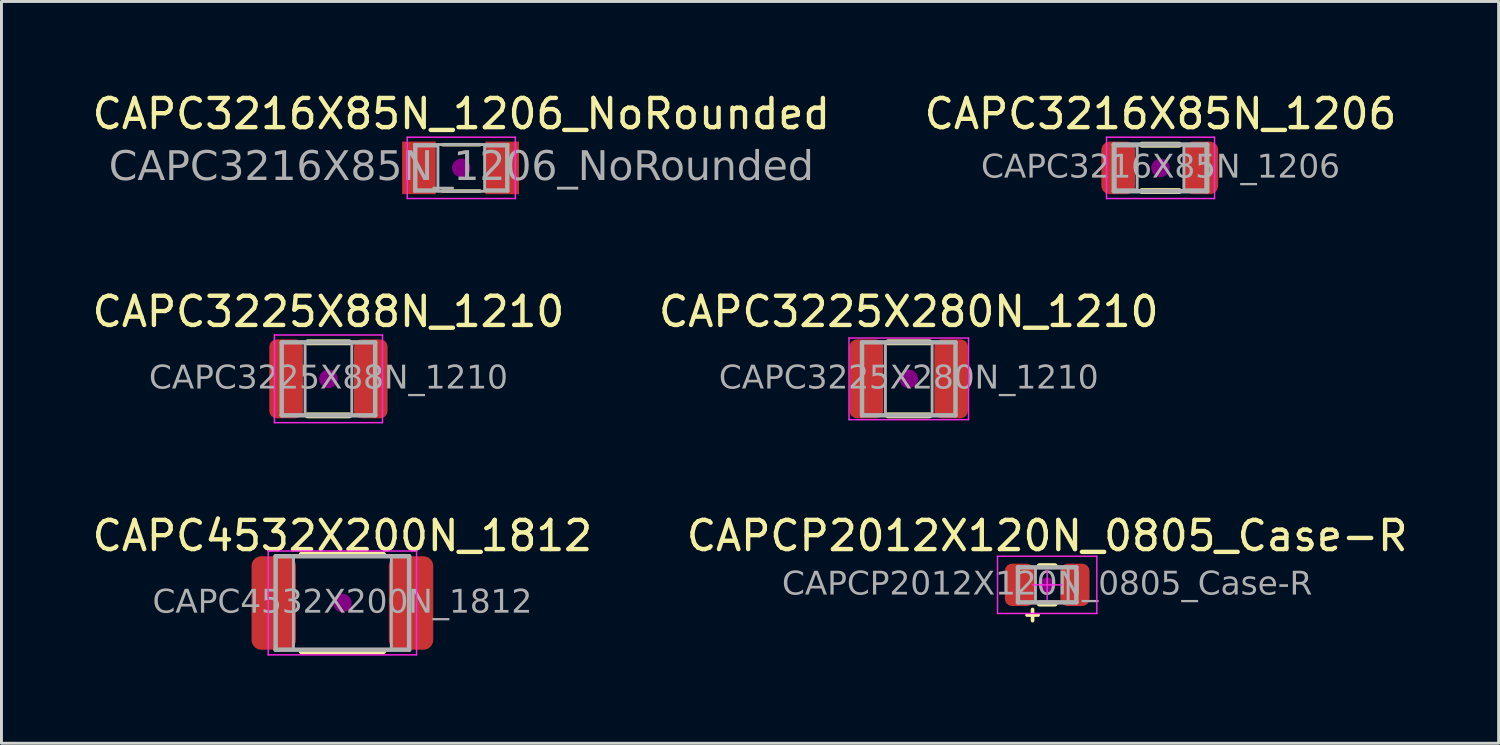
<source format=kicad_pcb>
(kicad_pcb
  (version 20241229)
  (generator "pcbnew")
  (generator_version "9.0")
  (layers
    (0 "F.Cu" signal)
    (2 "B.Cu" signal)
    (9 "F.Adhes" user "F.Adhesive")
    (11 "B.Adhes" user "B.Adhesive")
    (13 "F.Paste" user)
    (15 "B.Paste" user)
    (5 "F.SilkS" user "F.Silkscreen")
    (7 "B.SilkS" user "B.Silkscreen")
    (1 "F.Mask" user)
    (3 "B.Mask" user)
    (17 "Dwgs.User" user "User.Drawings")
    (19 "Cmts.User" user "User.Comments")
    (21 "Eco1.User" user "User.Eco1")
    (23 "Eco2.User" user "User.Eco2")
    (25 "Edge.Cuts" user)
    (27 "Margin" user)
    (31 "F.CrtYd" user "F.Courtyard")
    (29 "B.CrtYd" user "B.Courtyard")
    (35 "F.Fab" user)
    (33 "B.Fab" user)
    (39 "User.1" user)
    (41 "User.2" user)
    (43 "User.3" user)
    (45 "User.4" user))
  (footprint "CAPC3225X280N_1210"
    (layer "F.Cu")
    (at 28.065 9.921)
    (property "Reference" "CAPC3225X280N_1210" (at 0 -2.3 0) (layer "F.SilkS") (effects (font (size 1 1) (thickness 0.15))))
    (attr smd)
    (fp_line (start -0.711 -1.25) (end 0.711 -1.25) (stroke (width 0.203) (type solid)) (layer "F.SilkS"))
    (fp_line (start -0.711 1.25) (end 0.711 1.25) (stroke (width 0.203) (type solid)) (layer "F.SilkS"))
    (fp_circle (center 0 0) (end 0.318 0) (stroke (width 0) (type solid)) (fill yes) (layer "F.Adhes"))
    (fp_line (start -2.046 -1.397) (end 2.046 -1.397) (stroke (width 0.05) (type solid)) (layer "F.CrtYd"))
    (fp_line (start -2.046 1.397) (end -2.046 -1.397) (stroke (width 0.05) (type solid)) (layer "F.CrtYd"))
    (fp_line (start 2.046 -1.397) (end 2.046 1.397) (stroke (width 0.05) (type solid)) (layer "F.CrtYd"))
    (fp_line (start 2.046 1.397) (end -2.046 1.397) (stroke (width 0.05) (type solid)) (layer "F.CrtYd"))
    (fp_line (start -1.6 -1.25) (end 1.6 -1.25) (stroke (width 0.152) (type solid)) (layer "F.Fab"))
    (fp_line (start -1.6 1.25) (end -1.6 -1.25) (stroke (width 0.152) (type solid)) (layer "F.Fab"))
    (fp_line (start 1.6 -1.25) (end 1.6 1.25) (stroke (width 0.152) (type solid)) (layer "F.Fab"))
    (fp_line (start 1.6 1.25) (end -1.6 1.25) (stroke (width 0.152) (type solid)) (layer "F.Fab"))
    (fp_rect (start -1.6 -1.25) (end -0.8 1.25) (stroke (width 0.1) (type solid)) (fill no) (layer "F.Fab"))
    (fp_rect (start 0.8 -1.25) (end 1.6 1.25) (stroke (width 0.1) (type solid)) (fill no) (layer "F.Fab"))
    (fp_text user "${REFERENCE}" (at 0 0 0) (layer "F.Fab") (effects (font (face "Tahoma") (size 0.8 0.8) (thickness 0.12))))
    (pad "1" smd roundrect (at -1.45 0) (size 1.15 2.7) (layers "F.Cu" "F.Mask" "F.Paste") (roundrect_rratio 0.217))
    (pad "2" smd roundrect (at 1.45 0) (size 1.15 2.7) (layers "F.Cu" "F.Mask" "F.Paste") (roundrect_rratio 0.217)))
  (footprint "CAPCP2012X120N_0805_Case-R"
    (layer "F.Cu")
    (at 32.804 16.975)
    (property "Reference" "CAPCP2012X120N_0805_Case-R" (at 0 -1.68 0) (layer "F.SilkS") (effects (font (size 1 1) (thickness 0.15))))
    (attr smd)
    (fp_line (start -0.261 -0.64) (end 0.261 -0.64) (stroke (width 0.203) (type solid)) (layer "F.SilkS"))
    (fp_line (start -0.261 0.64) (end 0.261 0.64) (stroke (width 0.203) (type solid)) (layer "F.SilkS"))
    (fp_circle (center 0 0) (end 0.25 0) (stroke (width 0) (type solid)) (fill yes) (layer "F.Adhes"))
    (fp_line (start -1.7 -0.98) (end 1.7 -0.98) (stroke (width 0.05) (type solid)) (layer "F.CrtYd"))
    (fp_line (start -1.7 0.98) (end -1.7 -0.98) (stroke (width 0.05) (type solid)) (layer "F.CrtYd"))
    (fp_line (start -0.5 0) (end 0.5 0) (stroke (width 0.05) (type default)) (layer "F.CrtYd"))
    (fp_line (start 0 0.5) (end 0 -0.5) (stroke (width 0.05) (type default)) (layer "F.CrtYd"))
    (fp_line (start 1.7 -0.98) (end 1.7 0.98) (stroke (width 0.05) (type solid)) (layer "F.CrtYd"))
    (fp_line (start 1.7 0.98) (end -1.7 0.98) (stroke (width 0.05) (type solid)) (layer "F.CrtYd"))
    (fp_line (start -1 -0.6) (end 1 -0.6) (stroke (width 0.152) (type solid)) (layer "F.Fab"))
    (fp_line (start -1 0.6) (end -1 -0.6) (stroke (width 0.152) (type solid)) (layer "F.Fab"))
    (fp_line (start 1 -0.6) (end 1 0.6) (stroke (width 0.152) (type solid)) (layer "F.Fab"))
    (fp_line (start 1 0.6) (end -1 0.6) (stroke (width 0.152) (type solid)) (layer "F.Fab"))
    (fp_rect (start -1 -0.6) (end -0.4 0.6) (stroke (width 0.1) (type solid)) (fill no) (layer "F.Fab"))
    (fp_rect (start 0.718 -0.6) (end 1 0.6) (stroke (width 0.1) (type solid)) (fill no) (layer "F.Fab"))
    (fp_text user "+" (at -0.5 1 0) (unlocked yes) (layer "F.SilkS") (effects (font (size 0.5 0.5) (thickness 0.125))))
    (fp_text user "${REFERENCE}" (at 0 0 0) (layer "F.Fab") (effects (font (face "Tahoma") (size 0.8 0.8) (thickness 0.12))))
    (pad "1" smd roundrect (at -0.95 0) (size 1 1.45) (layers "F.Cu" "F.Mask" "F.Paste") (roundrect_rratio 0.25))
    (pad "2" smd roundrect (at 0.95 0) (size 1 1.45) (layers "F.Cu" "F.Mask" "F.Paste") (roundrect_rratio 0.25)))
  (footprint "CAPC3216X85N_1206"
    (layer "F.Cu")
    (at 36.685 2.698)
    (property "Reference" "CAPC3216X85N_1206" (at 0 -1.85 0) (layer "F.SilkS") (effects (font (size 1 1) (thickness 0.15))))
    (attr smd)
    (fp_line (start -0.635 -0.794) (end 0.635 -0.794) (stroke (width 0.203) (type solid)) (layer "F.SilkS"))
    (fp_line (start -0.635 0.794) (end 0.635 0.794) (stroke (width 0.203) (type solid)) (layer "F.SilkS"))
    (fp_circle (center 0 0) (end 0.318 0) (stroke (width 0) (type solid)) (fill yes) (layer "F.Adhes"))
    (fp_line (start -1.85 -1.05) (end 1.85 -1.05) (stroke (width 0.05) (type solid)) (layer "F.CrtYd"))
    (fp_line (start -1.85 1.05) (end -1.85 -1.05) (stroke (width 0.05) (type solid)) (layer "F.CrtYd"))
    (fp_line (start 1.85 -1.05) (end 1.85 1.05) (stroke (width 0.05) (type solid)) (layer "F.CrtYd"))
    (fp_line (start 1.85 1.05) (end -1.85 1.05) (stroke (width 0.05) (type solid)) (layer "F.CrtYd"))
    (fp_line (start -1.6 -0.8) (end 1.6 -0.8) (stroke (width 0.152) (type solid)) (layer "F.Fab"))
    (fp_line (start -1.6 0.8) (end -1.6 -0.8) (stroke (width 0.152) (type solid)) (layer "F.Fab"))
    (fp_line (start 1.6 -0.8) (end 1.6 0.8) (stroke (width 0.152) (type solid)) (layer "F.Fab"))
    (fp_line (start 1.6 0.8) (end -1.6 0.8) (stroke (width 0.152) (type solid)) (layer "F.Fab"))
    (fp_rect (start -0.8 0.75) (end -1.55 -0.75) (stroke (width 0.1) (type solid)) (fill no) (layer "F.Fab"))
    (fp_rect (start 0.8 -0.75) (end 1.55 0.75) (stroke (width 0.1) (type solid)) (fill no) (layer "F.Fab"))
    (fp_text user "${REFERENCE}" (at 0 0 0) (layer "F.Fab") (effects (font (face "Tahoma") (size 0.8 0.8) (thickness 0.12))))
    (pad "1" smd roundrect (at -1.45 0) (size 1.15 1.8) (layers "F.Cu" "F.Mask" "F.Paste") (roundrect_rratio 0.25))
    (pad "2" smd roundrect (at 1.4 0) (size 1.15 1.8) (layers "F.Cu" "F.Mask" "F.Paste") (roundrect_rratio 0.25)))
  (footprint "CAPC4532X200N_1812"
    (layer "F.Cu")
    (at 8.673 17.595)
    (property "Reference" "CAPC4532X200N_1812" (at 0 -2.3 0) (layer "F.SilkS") (effects (font (size 1 1) (thickness 0.15))))
    (attr smd)
    (fp_line (start -1.397 -1.651) (end 1.397 -1.651) (stroke (width 0.203) (type solid)) (layer "F.SilkS"))
    (fp_line (start -1.397 1.651) (end 1.397 1.651) (stroke (width 0.203) (type solid)) (layer "F.SilkS"))
    (fp_circle (center 0 0) (end 0.318 0) (stroke (width 0) (type solid)) (fill yes) (layer "F.Adhes"))
    (fp_line (start -2.54 -1.778) (end 2.54 -1.778) (stroke (width 0.05) (type solid)) (layer "F.CrtYd"))
    (fp_line (start -2.54 1.778) (end -2.54 -1.778) (stroke (width 0.05) (type solid)) (layer "F.CrtYd"))
    (fp_line (start 2.54 -1.778) (end 2.54 1.778) (stroke (width 0.05) (type solid)) (layer "F.CrtYd"))
    (fp_line (start 2.54 1.778) (end -2.54 1.778) (stroke (width 0.05) (type solid)) (layer "F.CrtYd"))
    (fp_line (start -2.286 -1.6) (end 2.286 -1.6) (stroke (width 0.152) (type solid)) (layer "F.Fab"))
    (fp_line (start -2.286 1.6) (end -2.286 -1.6) (stroke (width 0.152) (type solid)) (layer "F.Fab"))
    (fp_line (start 2.286 -1.6) (end 2.286 1.6) (stroke (width 0.152) (type solid)) (layer "F.Fab"))
    (fp_line (start 2.286 1.6) (end -2.286 1.6) (stroke (width 0.152) (type solid)) (layer "F.Fab"))
    (fp_rect (start -2.286 -1.6) (end -1.676 1.6) (stroke (width 0.1) (type solid)) (fill no) (layer "F.Fab"))
    (fp_rect (start 1.676 -1.6) (end 2.286 1.6) (stroke (width 0.1) (type solid)) (fill no) (layer "F.Fab"))
    (fp_text user "${REFERENCE}" (at 0 0 0) (layer "F.Fab") (effects (font (face "Tahoma") (size 0.8 0.8) (thickness 0.12))))
    (pad "1" smd roundrect (at -2.35 0) (size 1.52 3.2) (layers "F.Cu" "F.Mask" "F.Paste") (roundrect_rratio 0.217))
    (pad "2" smd roundrect (at 2.35 0) (size 1.52 3.2) (layers "F.Cu" "F.Mask" "F.Paste") (roundrect_rratio 0.217)))
  (footprint "CAPC3216X85N_1206_NoRounded"
    (layer "F.Cu")
    (at 12.744 2.698)
    (property "Reference" "CAPC3216X85N_1206_NoRounded" (at 0 -1.85 0) (layer "F.SilkS") (effects (font (size 1 1) (thickness 0.15))))
    (attr smd)
    (fp_line (start -0.635 -0.794) (end 0.635 -0.794) (stroke (width 0.12) (type solid)) (layer "F.SilkS"))
    (fp_line (start -0.635 0.794) (end 0.635 0.794) (stroke (width 0.12) (type solid)) (layer "F.SilkS"))
    (fp_circle (center 0 0) (end 0.318 0) (stroke (width 0) (type solid)) (fill yes) (layer "F.Adhes"))
    (fp_line (start -1.85 -1.05) (end 1.85 -1.05) (stroke (width 0.05) (type solid)) (layer "F.CrtYd"))
    (fp_line (start -1.85 1.05) (end -1.85 -1.05) (stroke (width 0.05) (type solid)) (layer "F.CrtYd"))
    (fp_line (start 1.85 -1.05) (end 1.85 1.05) (stroke (width 0.05) (type solid)) (layer "F.CrtYd"))
    (fp_line (start 1.85 1.05) (end -1.85 1.05) (stroke (width 0.05) (type solid)) (layer "F.CrtYd"))
    (fp_line (start -1.6 -0.8) (end 1.6 -0.8) (stroke (width 0.1) (type solid)) (layer "F.Fab"))
    (fp_line (start -1.6 0.8) (end -1.6 -0.8) (stroke (width 0.1) (type solid)) (layer "F.Fab"))
    (fp_line (start 1.6 -0.8) (end 1.6 0.8) (stroke (width 0.1) (type solid)) (layer "F.Fab"))
    (fp_line (start 1.6 0.8) (end -1.6 0.8) (stroke (width 0.1) (type solid)) (layer "F.Fab"))
    (fp_rect (start -0.8 0.75) (end -1.55 -0.75) (stroke (width 0.1) (type solid)) (fill no) (layer "F.Fab"))
    (fp_rect (start 0.8 -0.75) (end 1.55 0.75) (stroke (width 0.1) (type solid)) (fill no) (layer "F.Fab"))
    (fp_text user "${REFERENCE}" (at 0 0 0) (layer "F.Fab") (effects (font (face "Tahoma") (size 1 1) (thickness 0.15))))
    (pad "1" smd rect (at -1.45 0) (size 1.15 1.8) (layers "F.Cu" "F.Mask" "F.Paste"))
    (pad "2" smd rect (at 1.4 0) (size 1.15 1.8) (layers "F.Cu" "F.Mask" "F.Paste")))
  (footprint "CAPC3225X88N_1210"
    (layer "F.Cu")
    (at 8.196 9.921)
    (property "Reference" "CAPC3225X88N_1210" (at 0 -2.3 0) (layer "F.SilkS") (effects (font (size 1 1) (thickness 0.15))))
    (attr smd)
    (fp_line (start -0.711 -1.25) (end 0.711 -1.25) (stroke (width 0.203) (type solid)) (layer "F.SilkS"))
    (fp_line (start -0.711 1.25) (end 0.711 1.25) (stroke (width 0.203) (type solid)) (layer "F.SilkS"))
    (fp_circle (center 0 0) (end 0.318 0) (stroke (width 0) (type solid)) (fill yes) (layer "F.Adhes"))
    (fp_line (start -1.85 -1.5) (end 1.85 -1.5) (stroke (width 0.05) (type solid)) (layer "F.CrtYd"))
    (fp_line (start -1.85 1.5) (end -1.85 -1.5) (stroke (width 0.05) (type solid)) (layer "F.CrtYd"))
    (fp_line (start 1.85 -1.5) (end 1.85 1.5) (stroke (width 0.05) (type solid)) (layer "F.CrtYd"))
    (fp_line (start 1.85 1.5) (end -1.85 1.5) (stroke (width 0.05) (type solid)) (layer "F.CrtYd"))
    (fp_line (start -1.6 -1.25) (end 1.6 -1.25) (stroke (width 0.152) (type solid)) (layer "F.Fab"))
    (fp_line (start -1.6 1.25) (end -1.6 -1.25) (stroke (width 0.152) (type solid)) (layer "F.Fab"))
    (fp_line (start 1.6 -1.25) (end 1.6 1.25) (stroke (width 0.152) (type solid)) (layer "F.Fab"))
    (fp_line (start 1.6 1.25) (end -1.6 1.25) (stroke (width 0.152) (type solid)) (layer "F.Fab"))
    (fp_rect (start -1.6 -1.25) (end -0.8 1.25) (stroke (width 0.1) (type solid)) (fill no) (layer "F.Fab"))
    (fp_rect (start 0.8 -1.25) (end 1.6 1.25) (stroke (width 0.1) (type solid)) (fill no) (layer "F.Fab"))
    (fp_text user "${REFERENCE}" (at 0 0 0) (layer "F.Fab") (effects (font (face "Tahoma") (size 0.8 0.8) (thickness 0.12))))
    (pad "1" smd roundrect (at -1.45 0) (size 1.15 2.7) (layers "F.Cu" "F.Mask" "F.Paste") (roundrect_rratio 0.217))
    (pad "2" smd roundrect (at 1.45 0) (size 1.15 2.7) (layers "F.Cu" "F.Mask" "F.Paste") (roundrect_rratio 0.217)))
  (gr_rect
    (start -3 -3)
    (end 48.262 22.398)
    (stroke (width 0.1) (type default))
    (fill no)
    (layer "Edge.Cuts")))
</source>
